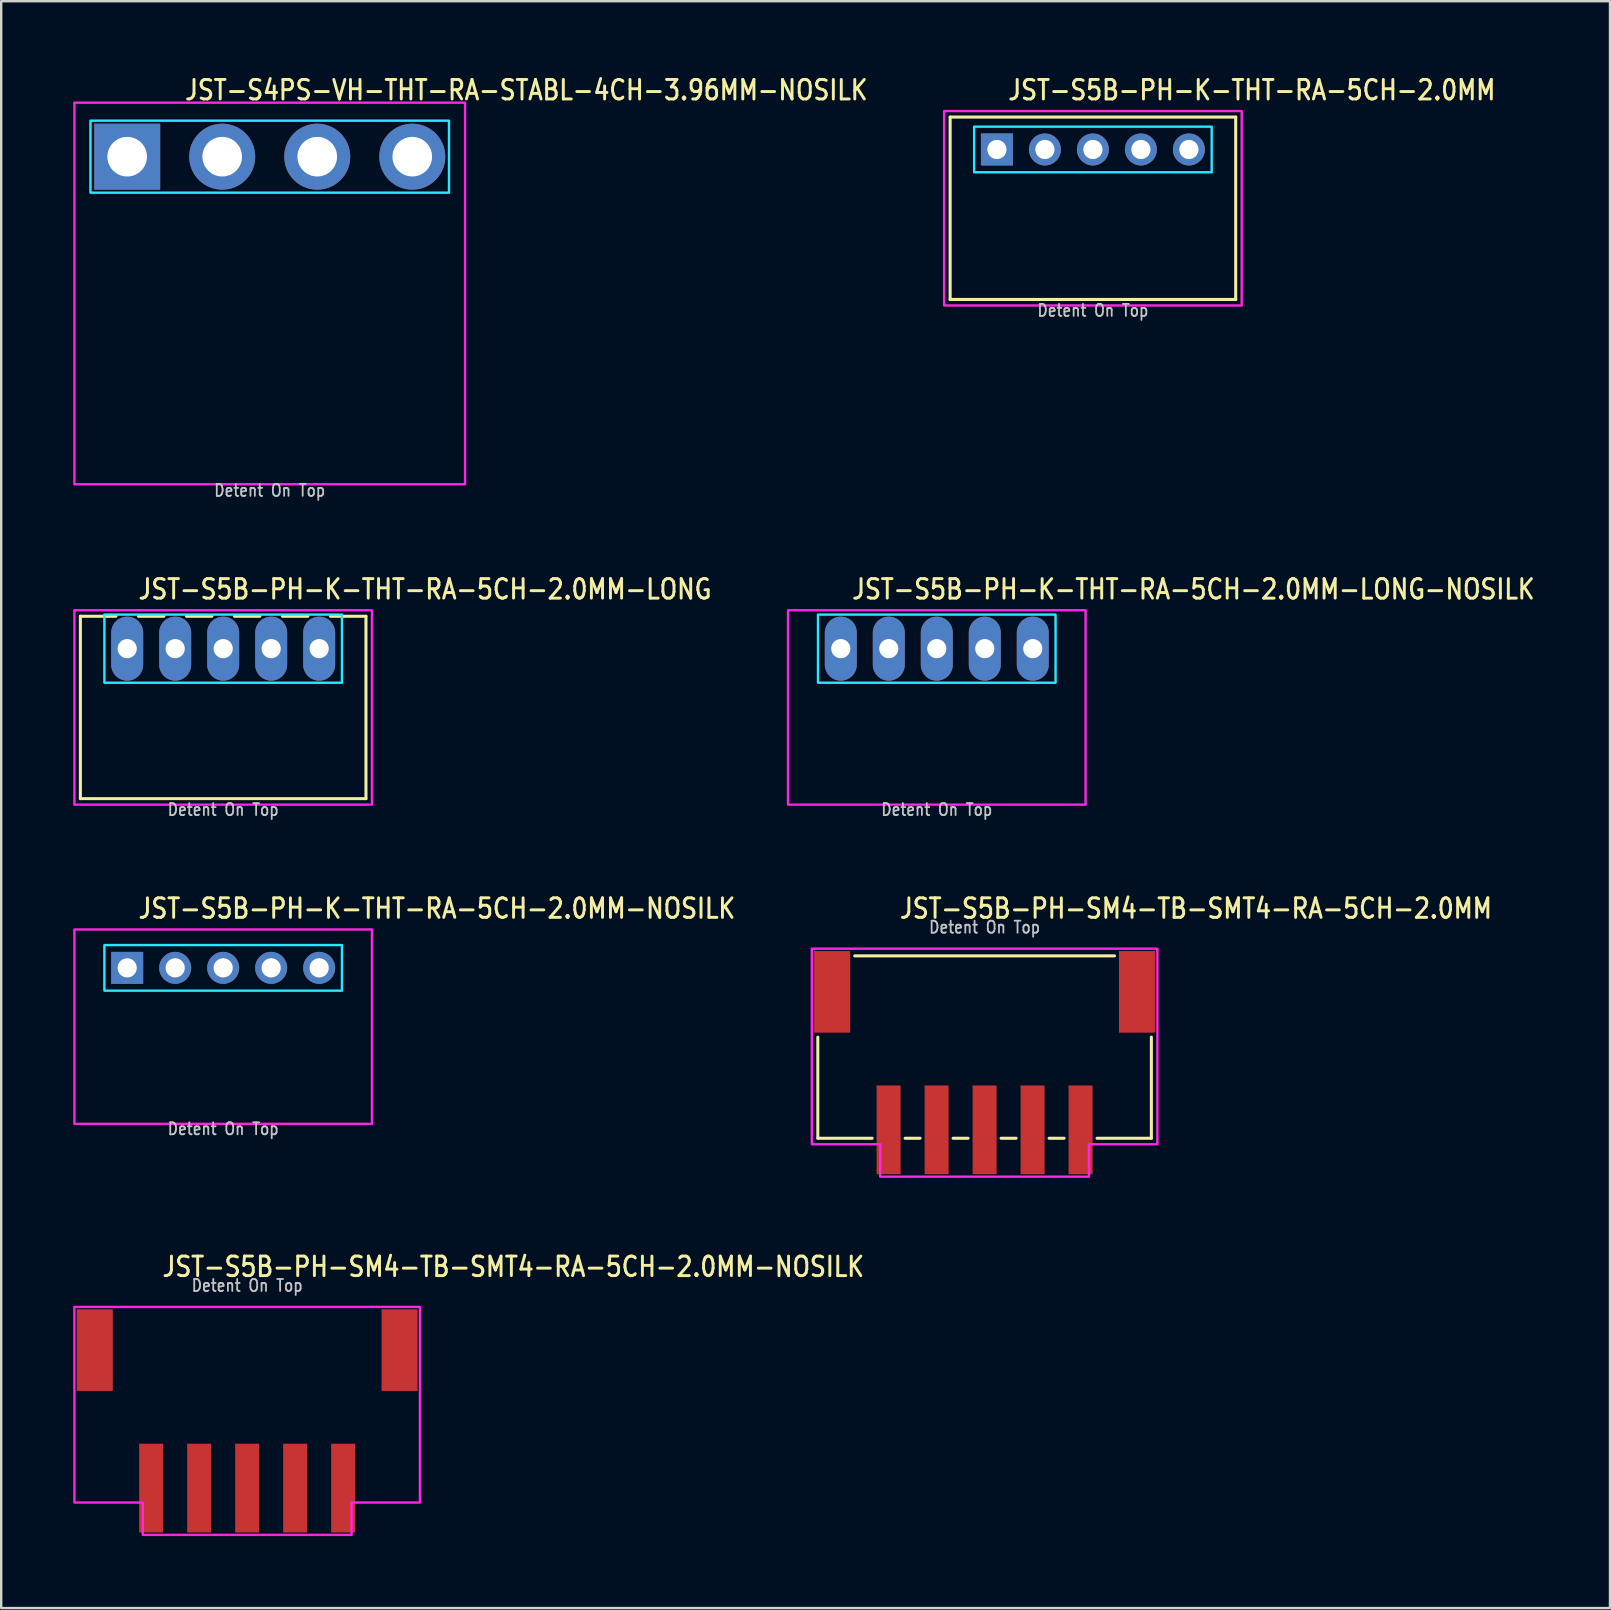
<source format=kicad_pcb>
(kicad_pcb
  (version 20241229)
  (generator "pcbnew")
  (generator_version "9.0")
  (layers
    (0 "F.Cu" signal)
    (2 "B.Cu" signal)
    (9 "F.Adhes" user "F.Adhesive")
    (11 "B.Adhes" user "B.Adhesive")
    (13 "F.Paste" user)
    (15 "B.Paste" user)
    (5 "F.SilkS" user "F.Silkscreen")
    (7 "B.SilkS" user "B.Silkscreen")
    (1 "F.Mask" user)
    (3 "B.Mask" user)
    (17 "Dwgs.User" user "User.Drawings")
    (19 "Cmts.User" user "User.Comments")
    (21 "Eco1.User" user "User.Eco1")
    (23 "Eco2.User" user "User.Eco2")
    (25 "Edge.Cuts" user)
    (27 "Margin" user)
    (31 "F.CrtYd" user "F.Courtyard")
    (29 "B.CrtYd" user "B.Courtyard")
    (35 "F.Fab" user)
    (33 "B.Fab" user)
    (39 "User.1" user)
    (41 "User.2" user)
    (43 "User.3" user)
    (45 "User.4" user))
  (footprint "JST-S5B-PH-SM4-TB-SMT4-RA-5CH-2.0MM"
    (layer "F.Cu")
    (at 37.979 38.282)
    (property "Reference" "JST-S5B-PH-SM4-TB-SMT4-RA-5CH-2.0MM" (at -3.6 -3 0) (unlocked yes) (layer "F.SilkS") (effects (font (size 0.813 0.695) (thickness 0.122)) (justify left bottom)))
    (fp_line (start -6.95 6.1) (end -6.95 1.887) (stroke (width 0.127) (type solid)) (layer "F.SilkS"))
    (fp_line (start -6.95 6.1) (end -4.686 6.1) (stroke (width 0.127) (type solid)) (layer "F.SilkS"))
    (fp_line (start -5.413 -1.5) (end 5.413 -1.5) (stroke (width 0.127) (type solid)) (layer "F.SilkS"))
    (fp_line (start -3.313 6.1) (end -2.687 6.1) (stroke (width 0.127) (type solid)) (layer "F.SilkS"))
    (fp_line (start -1.313 6.1) (end -0.686 6.1) (stroke (width 0.127) (type solid)) (layer "F.SilkS"))
    (fp_line (start 0.686 6.1) (end 1.313 6.1) (stroke (width 0.127) (type solid)) (layer "F.SilkS"))
    (fp_line (start 2.687 6.1) (end 3.313 6.1) (stroke (width 0.127) (type solid)) (layer "F.SilkS"))
    (fp_line (start 4.686 6.1) (end 6.95 6.1) (stroke (width 0.127) (type solid)) (layer "F.SilkS"))
    (fp_line (start 6.95 1.887) (end 6.95 6.1) (stroke (width 0.127) (type solid)) (layer "F.SilkS"))
    (fp_poly (pts (xy -7.2 -1.8) (xy -7.2 6.35) (xy -4.35 6.35) (xy -4.35 7.7) (xy 4.35 7.7) (xy 4.35 6.35) (xy 7.2 6.35) (xy 7.2 -1.8)) (stroke (width 0.1) (type solid)) (fill no) (layer "F.CrtYd"))
    (fp_text user "Detent On Top" (at 0 -2.4 0) (unlocked yes) (layer "Dwgs.User") (effects (font (size 0.5 0.427) (thickness 0.075)) (justify bottom)))
    (pad "P$1" smd rect (at 4 5.75) (size 1 3.7) (layers "F.Cu" "F.Mask" "F.Paste"))
    (pad "P$2" smd rect (at 2 5.75) (size 1 3.7) (layers "F.Cu" "F.Mask" "F.Paste"))
    (pad "P$3" smd rect (at 0 5.75) (size 1 3.7) (layers "F.Cu" "F.Mask" "F.Paste"))
    (pad "P$4" smd rect (at -2 5.75) (size 1 3.7) (layers "F.Cu" "F.Mask" "F.Paste"))
    (pad "P$5" smd rect (at -4 5.75) (size 1 3.7) (layers "F.Cu" "F.Mask" "F.Paste"))
    (pad "S$1" smd rect (at -6.35 0) (size 1.5 3.4) (layers "F.Cu" "F.Mask" "F.Paste"))
    (pad "S$2" smd rect (at 6.35 0) (size 1.5 3.4) (layers "F.Cu" "F.Mask" "F.Paste")))
  (footprint "JST-S5B-PH-SM4-TB-SMT4-RA-5CH-2.0MM-NOSILK"
    (layer "F.Cu")
    (at 7.25 53.211)
    (property "Reference" "JST-S5B-PH-SM4-TB-SMT4-RA-5CH-2.0MM-NOSILK" (at -3.6 -3 0) (unlocked yes) (layer "F.SilkS") (effects (font (size 0.813 0.695) (thickness 0.122)) (justify left bottom)))
    (fp_poly (pts (xy -7.2 -1.8) (xy -7.2 6.35) (xy -4.35 6.35) (xy -4.35 7.7) (xy 4.35 7.7) (xy 4.35 6.35) (xy 7.2 6.35) (xy 7.2 -1.8)) (stroke (width 0.1) (type solid)) (fill no) (layer "F.CrtYd"))
    (fp_text user "Detent On Top" (at 0 -2.4 0) (unlocked yes) (layer "Dwgs.User") (effects (font (size 0.5 0.427) (thickness 0.075)) (justify bottom)))
    (pad "P$1" smd rect (at 4 5.75) (size 1 3.7) (layers "F.Cu" "F.Mask" "F.Paste"))
    (pad "P$2" smd rect (at 2 5.75) (size 1 3.7) (layers "F.Cu" "F.Mask" "F.Paste"))
    (pad "P$3" smd rect (at 0 5.75) (size 1 3.7) (layers "F.Cu" "F.Mask" "F.Paste"))
    (pad "P$4" smd rect (at -2 5.75) (size 1 3.7) (layers "F.Cu" "F.Mask" "F.Paste"))
    (pad "P$5" smd rect (at -4 5.75) (size 1 3.7) (layers "F.Cu" "F.Mask" "F.Paste"))
    (pad "S$1" smd rect (at -6.35 0) (size 1.5 3.4) (layers "F.Cu" "F.Mask" "F.Paste"))
    (pad "S$2" smd rect (at 6.35 0) (size 1.5 3.4) (layers "F.Cu" "F.Mask" "F.Paste")))
  (footprint "JST-S4PS-VH-THT-RA-STABL-4CH-3.96MM-NOSILK"
    (layer "F.Cu")
    (at 8.19 3.479)
    (property "Reference" "JST-S4PS-VH-THT-RA-STABL-4CH-3.96MM-NOSILK" (at -3.6 -2.3 0) (unlocked yes) (layer "F.SilkS") (effects (font (size 0.813 0.695) (thickness 0.122)) (justify left bottom)))
    (fp_poly (pts (xy -7.47 -1.5) (xy -7.47 1.5) (xy 7.47 1.5) (xy 7.47 -1.5)) (stroke (width 0.1) (type solid)) (fill no) (layer "B.CrtYd"))
    (fp_poly (pts (xy -8.14 13.65) (xy 8.14 13.65) (xy 8.14 -2.25) (xy -8.14 -2.25)) (stroke (width 0.1) (type solid)) (fill no) (layer "F.CrtYd"))
    (fp_text user "Detent On Top" (at 0 14.2 0) (unlocked yes) (layer "Dwgs.User") (effects (font (size 0.5 0.427) (thickness 0.075)) (justify bottom)))
    (pad "P$1" thru_hole rect (at -5.94 0) (size 2.75 2.75) (drill 1.65) (layers "*.Cu" "*.Mask"))
    (pad "P$2" thru_hole oval (at -1.98 0) (size 2.75 2.75) (drill 1.65) (layers "*.Cu" "*.Mask"))
    (pad "P$3" thru_hole oval (at 1.98 0) (size 2.75 2.75) (drill 1.65) (layers "*.Cu" "*.Mask"))
    (pad "P$4" thru_hole oval (at 5.94 0) (size 2.75 2.75) (drill 1.65) (layers "*.Cu" "*.Mask")))
  (footprint "JST-S5B-PH-K-THT-RA-5CH-2.0MM-LONG-NOSILK"
    (layer "F.Cu")
    (at 35.987 23.98)
    (property "Reference" "JST-S5B-PH-K-THT-RA-5CH-2.0MM-LONG-NOSILK" (at -3.6 -2 0) (unlocked yes) (layer "F.SilkS") (effects (font (size 0.813 0.695) (thickness 0.122)) (justify left bottom)))
    (fp_poly (pts (xy -4.95 -1.42) (xy -4.95 1.42) (xy 4.95 1.42) (xy 4.95 -1.42)) (stroke (width 0.1) (type solid)) (fill no) (layer "B.CrtYd"))
    (fp_poly (pts (xy -6.2 -1.6) (xy -6.2 6.5) (xy 6.2 6.5) (xy 6.2 -1.6)) (stroke (width 0.1) (type solid)) (fill no) (layer "F.CrtYd"))
    (fp_text user "Detent On Top" (at 0 7 0) (unlocked yes) (layer "Dwgs.User") (effects (font (size 0.5 0.427) (thickness 0.075)) (justify bottom)))
    (pad "P$1" thru_hole oval (at -4 0 90) (size 2.667 1.333) (drill 0.8) (layers "*.Cu" "*.Mask"))
    (pad "P$2" thru_hole oval (at -2 0 90) (size 2.667 1.333) (drill 0.8) (layers "*.Cu" "*.Mask"))
    (pad "P$3" thru_hole oval (at 0 0 90) (size 2.667 1.333) (drill 0.8) (layers "*.Cu" "*.Mask"))
    (pad "P$4" thru_hole oval (at 2 0 90) (size 2.667 1.333) (drill 0.8) (layers "*.Cu" "*.Mask"))
    (pad "P$5" thru_hole oval (at 4 0 90) (size 2.667 1.333) (drill 0.8) (layers "*.Cu" "*.Mask")))
  (footprint "JST-S5B-PH-K-THT-RA-5CH-2.0MM-NOSILK"
    (layer "F.Cu")
    (at 6.25 37.282)
    (property "Reference" "JST-S5B-PH-K-THT-RA-5CH-2.0MM-NOSILK" (at -3.6 -2 0) (unlocked yes) (layer "F.SilkS") (effects (font (size 0.813 0.695) (thickness 0.122)) (justify left bottom)))
    (fp_poly (pts (xy -4.95 -0.95) (xy -4.95 0.95) (xy 4.95 0.95) (xy 4.95 -0.95)) (stroke (width 0.1) (type solid)) (fill no) (layer "B.CrtYd"))
    (fp_poly (pts (xy -6.2 -1.6) (xy -6.2 6.5) (xy 6.2 6.5) (xy 6.2 -1.6)) (stroke (width 0.1) (type solid)) (fill no) (layer "F.CrtYd"))
    (fp_text user "Detent On Top" (at 0 7 0) (unlocked yes) (layer "Dwgs.User") (effects (font (size 0.5 0.427) (thickness 0.075)) (justify bottom)))
    (pad "P$1" thru_hole rect (at -4 0) (size 1.333 1.333) (drill 0.8) (layers "*.Cu" "*.Mask"))
    (pad "P$2" thru_hole oval (at -2 0) (size 1.333 1.333) (drill 0.8) (layers "*.Cu" "*.Mask"))
    (pad "P$3" thru_hole oval (at 0 0) (size 1.333 1.333) (drill 0.8) (layers "*.Cu" "*.Mask"))
    (pad "P$4" thru_hole oval (at 2 0) (size 1.333 1.333) (drill 0.8) (layers "*.Cu" "*.Mask"))
    (pad "P$5" thru_hole oval (at 4 0) (size 1.333 1.333) (drill 0.8) (layers "*.Cu" "*.Mask")))
  (footprint "JST-S5B-PH-K-THT-RA-5CH-2.0MM-LONG"
    (layer "F.Cu")
    (at 6.25 23.98)
    (property "Reference" "JST-S5B-PH-K-THT-RA-5CH-2.0MM-LONG" (at -3.6 -2 0) (unlocked yes) (layer "F.SilkS") (effects (font (size 0.813 0.695) (thickness 0.122)) (justify left bottom)))
    (fp_line (start -5.95 -1.35) (end -4.471 -1.35) (stroke (width 0.127) (type solid)) (layer "F.SilkS"))
    (fp_line (start -5.95 6.25) (end -5.95 -1.35) (stroke (width 0.127) (type solid)) (layer "F.SilkS"))
    (fp_line (start -5.95 6.25) (end 5.95 6.25) (stroke (width 0.127) (type solid)) (layer "F.SilkS"))
    (fp_line (start -3.529 -1.35) (end -2.471 -1.35) (stroke (width 0.127) (type solid)) (layer "F.SilkS"))
    (fp_line (start -1.529 -1.35) (end -0.471 -1.35) (stroke (width 0.127) (type solid)) (layer "F.SilkS"))
    (fp_line (start 0.471 -1.35) (end 1.529 -1.35) (stroke (width 0.127) (type solid)) (layer "F.SilkS"))
    (fp_line (start 2.471 -1.35) (end 3.529 -1.35) (stroke (width 0.127) (type solid)) (layer "F.SilkS"))
    (fp_line (start 4.471 -1.35) (end 5.95 -1.35) (stroke (width 0.127) (type solid)) (layer "F.SilkS"))
    (fp_line (start 5.95 -1.35) (end 5.95 6.25) (stroke (width 0.127) (type solid)) (layer "F.SilkS"))
    (fp_poly (pts (xy -4.95 -1.42) (xy -4.95 1.42) (xy 4.95 1.42) (xy 4.95 -1.42)) (stroke (width 0.1) (type solid)) (fill no) (layer "B.CrtYd"))
    (fp_poly (pts (xy -6.2 -1.6) (xy -6.2 6.5) (xy 6.2 6.5) (xy 6.2 -1.6)) (stroke (width 0.1) (type solid)) (fill no) (layer "F.CrtYd"))
    (fp_text user "Detent On Top" (at 0 7 0) (unlocked yes) (layer "Dwgs.User") (effects (font (size 0.5 0.427) (thickness 0.075)) (justify bottom)))
    (pad "P$1" thru_hole oval (at -4 0 90) (size 2.667 1.333) (drill 0.8) (layers "*.Cu" "*.Mask"))
    (pad "P$2" thru_hole oval (at -2 0 90) (size 2.667 1.333) (drill 0.8) (layers "*.Cu" "*.Mask"))
    (pad "P$3" thru_hole oval (at 0 0 90) (size 2.667 1.333) (drill 0.8) (layers "*.Cu" "*.Mask"))
    (pad "P$4" thru_hole oval (at 2 0 90) (size 2.667 1.333) (drill 0.8) (layers "*.Cu" "*.Mask"))
    (pad "P$5" thru_hole oval (at 4 0 90) (size 2.667 1.333) (drill 0.8) (layers "*.Cu" "*.Mask")))
  (footprint "JST-S5B-PH-K-THT-RA-5CH-2.0MM"
    (layer "F.Cu")
    (at 42.493 3.179)
    (property "Reference" "JST-S5B-PH-K-THT-RA-5CH-2.0MM" (at -3.6 -2 0) (unlocked yes) (layer "F.SilkS") (effects (font (size 0.813 0.695) (thickness 0.122)) (justify left bottom)))
    (fp_line (start -5.95 -1.35) (end 5.95 -1.35) (stroke (width 0.127) (type solid)) (layer "F.SilkS"))
    (fp_line (start -5.95 6.25) (end -5.95 -1.35) (stroke (width 0.127) (type solid)) (layer "F.SilkS"))
    (fp_line (start -5.95 6.25) (end 5.95 6.25) (stroke (width 0.127) (type solid)) (layer "F.SilkS"))
    (fp_line (start 5.95 -1.35) (end 5.95 6.25) (stroke (width 0.127) (type solid)) (layer "F.SilkS"))
    (fp_poly (pts (xy -4.95 -0.95) (xy -4.95 0.95) (xy 4.95 0.95) (xy 4.95 -0.95)) (stroke (width 0.1) (type solid)) (fill no) (layer "B.CrtYd"))
    (fp_poly (pts (xy -6.2 -1.6) (xy -6.2 6.5) (xy 6.2 6.5) (xy 6.2 -1.6)) (stroke (width 0.1) (type solid)) (fill no) (layer "F.CrtYd"))
    (fp_text user "Detent On Top" (at 0 7 0) (unlocked yes) (layer "Dwgs.User") (effects (font (size 0.5 0.427) (thickness 0.075)) (justify bottom)))
    (pad "P$1" thru_hole rect (at -4 0) (size 1.333 1.333) (drill 0.8) (layers "*.Cu" "*.Mask"))
    (pad "P$2" thru_hole oval (at -2 0) (size 1.333 1.333) (drill 0.8) (layers "*.Cu" "*.Mask"))
    (pad "P$3" thru_hole oval (at 0 0) (size 1.333 1.333) (drill 0.8) (layers "*.Cu" "*.Mask"))
    (pad "P$4" thru_hole oval (at 2 0) (size 1.333 1.333) (drill 0.8) (layers "*.Cu" "*.Mask"))
    (pad "P$5" thru_hole oval (at 4 0) (size 1.333 1.333) (drill 0.8) (layers "*.Cu" "*.Mask")))
  (gr_rect
    (start -3 -3)
    (end 64.04 63.961)
    (stroke (width 0.1) (type default))
    (fill no)
    (layer "Edge.Cuts")))
</source>
